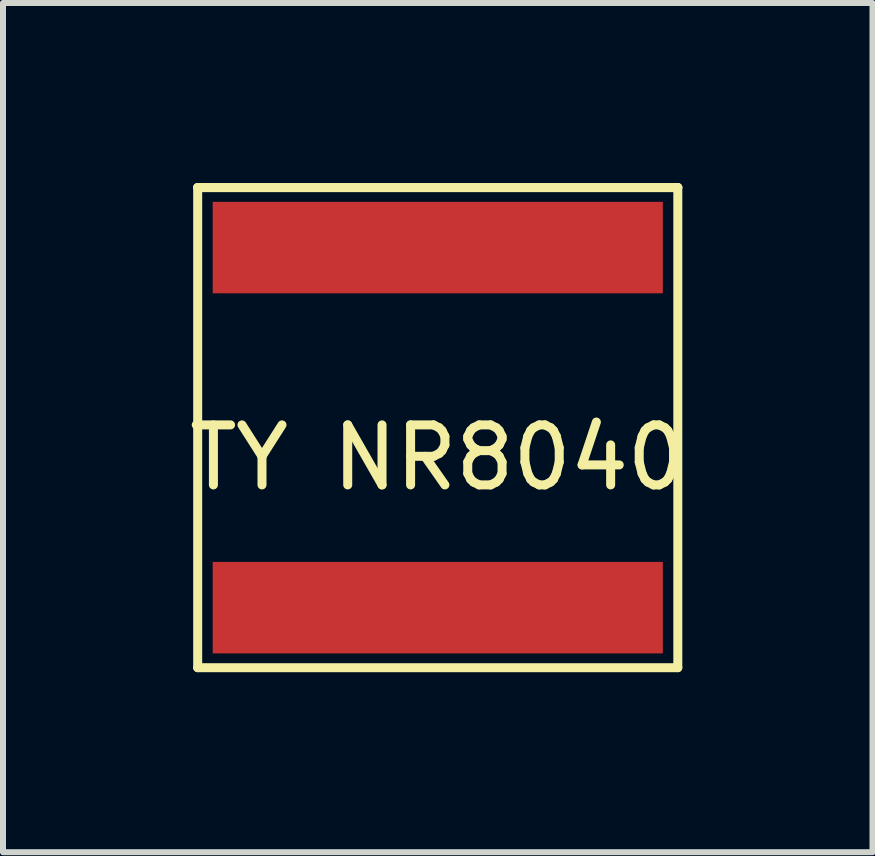
<source format=kicad_pcb>
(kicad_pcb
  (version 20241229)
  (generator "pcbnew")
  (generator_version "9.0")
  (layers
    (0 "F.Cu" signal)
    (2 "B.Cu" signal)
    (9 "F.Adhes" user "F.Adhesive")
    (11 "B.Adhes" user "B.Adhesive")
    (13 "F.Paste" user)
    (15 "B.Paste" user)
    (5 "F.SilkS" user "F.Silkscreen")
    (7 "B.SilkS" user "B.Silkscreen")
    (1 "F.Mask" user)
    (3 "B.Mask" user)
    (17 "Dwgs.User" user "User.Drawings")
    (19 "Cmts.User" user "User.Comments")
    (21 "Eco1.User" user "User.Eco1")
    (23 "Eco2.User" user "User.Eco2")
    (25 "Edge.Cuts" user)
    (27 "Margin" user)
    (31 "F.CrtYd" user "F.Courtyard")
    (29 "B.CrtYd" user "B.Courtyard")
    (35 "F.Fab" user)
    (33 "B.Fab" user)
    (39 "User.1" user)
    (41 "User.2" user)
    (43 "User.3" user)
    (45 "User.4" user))
  (footprint "TY NR8040"
    (layer "F.Cu")
    (at 4.244 4.075)
    (property "Reference" "TY NR8040" (at 0 0.5 0) (layer "F.SilkS") (effects (font (size 1 1) (thickness 0.15))))
    (attr through_hole)
    (fp_line (start -4 -4) (end -4 4) (stroke (width 0.15) (type solid)) (layer "F.SilkS"))
    (fp_line (start -4 -4) (end 4 -4) (stroke (width 0.15) (type solid)) (layer "F.SilkS"))
    (fp_line (start 4 -4) (end -4 -4) (stroke (width 0.15) (type solid)) (layer "F.SilkS"))
    (fp_line (start 4 -4) (end 4 4) (stroke (width 0.15) (type solid)) (layer "F.SilkS"))
    (fp_line (start 4 4) (end -4 4) (stroke (width 0.15) (type solid)) (layer "F.SilkS"))
    (pad "1" smd rect (at 0 -3) (size 7.5 1.524) (layers "F.Cu" "F.Mask" "F.Paste"))
    (pad "2" smd rect (at 0 3) (size 7.5 1.524) (layers "F.Cu" "F.Mask" "F.Paste")))
  (gr_rect
    (start -3 -3)
    (end 11.488 11.15)
    (stroke (width 0.1) (type default))
    (fill no)
    (layer "Edge.Cuts")))
</source>
